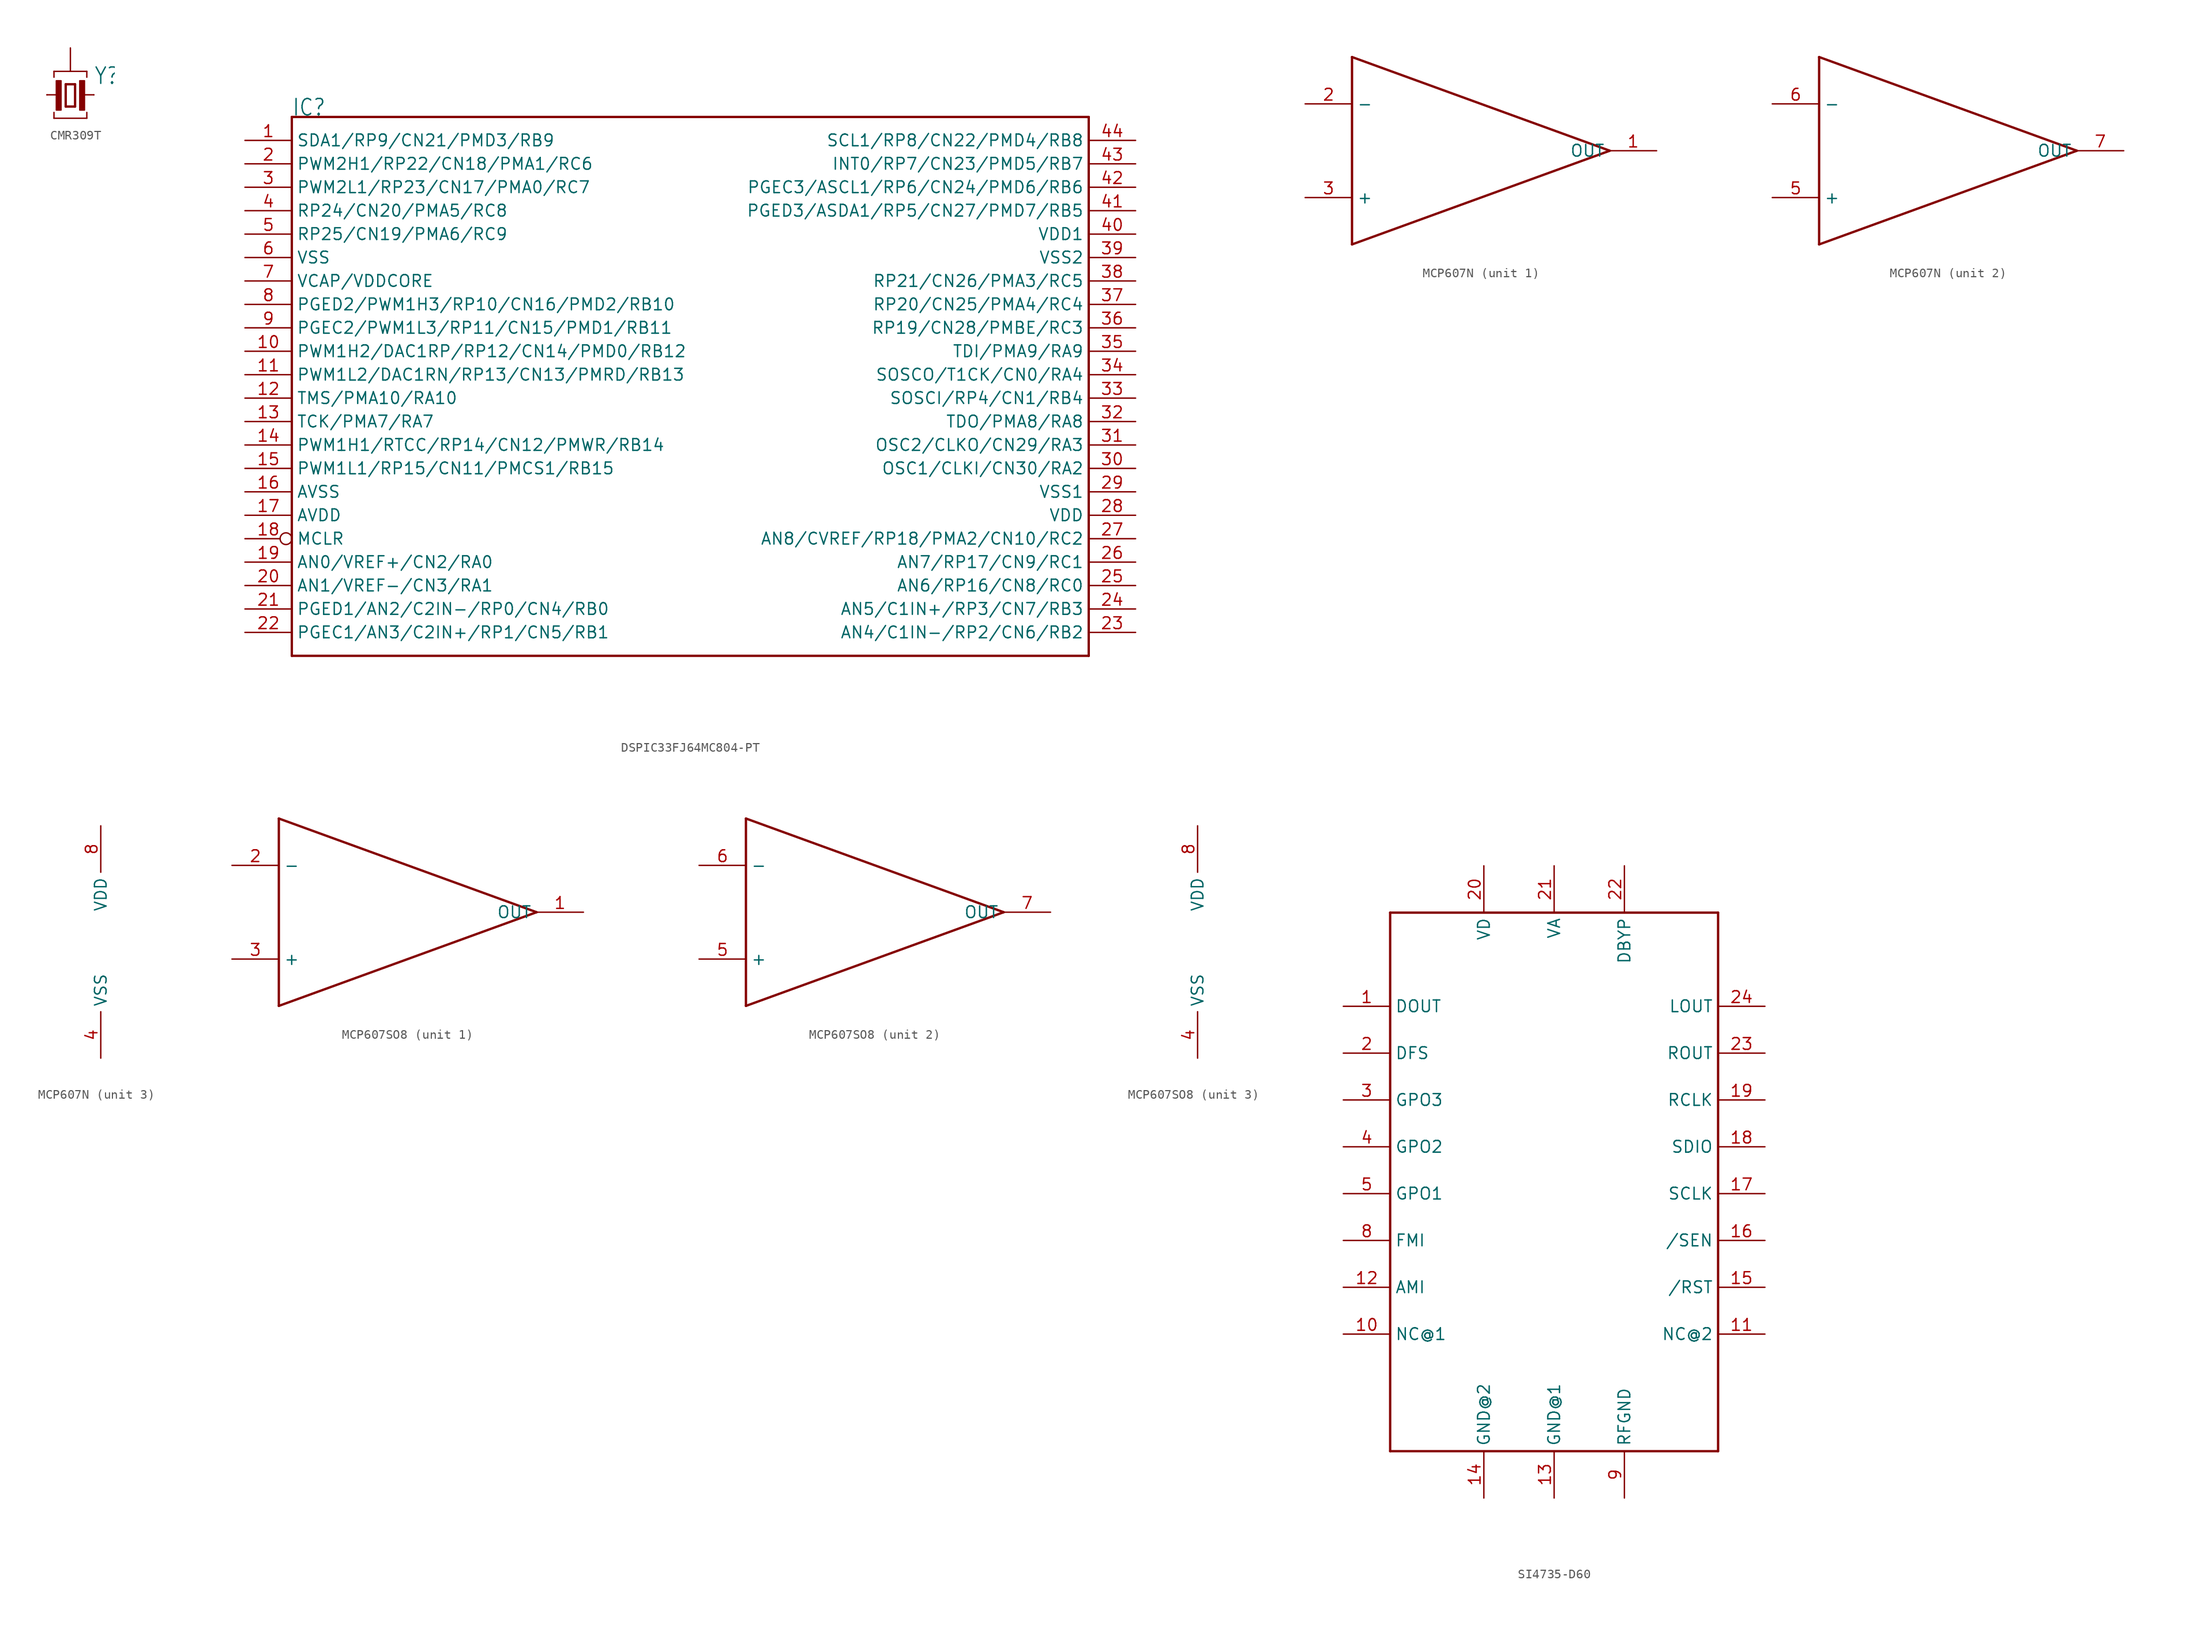
<source format=kicad_sym>
(kicad_symbol_lib
  (version 20231120)
  (generator "kicad_symbol_editor")
  (generator_version "8.0")
  (symbol "CMR309T"
    (property "Reference" "Y"
      (at 2.54 1.016 0)
      (effects (font (size 1.778 1.511)) (justify left bottom)))
    (property "Value" ""
      (at 2.54 -2.54 0)
      (effects (font (size 1.778 1.511)) (justify left bottom)))
    (property "ki_locked" ""
      (at 0 0 0)
      (effects (font (size 1.27 1.27))))
    (symbol "CMR309T_1_0"
      (rectangle (start -1.524 -1.651) (end -1.016 1.524) (stroke (width 0) (type default)) (fill (type outline)))
      (polyline (pts (xy -2.54 0) (xy -1.143 0)) (stroke (width 0.152) (type solid)) (fill (type none)))
      (polyline (pts (xy -1.778 -2.54) (xy -1.778 -1.905)) (stroke (width 0.152) (type solid)) (fill (type none)))
      (polyline (pts (xy -1.778 -2.54) (xy 1.778 -2.54)) (stroke (width 0.152) (type solid)) (fill (type none)))
      (polyline (pts (xy -1.778 1.905) (xy -1.778 2.54)) (stroke (width 0.152) (type solid)) (fill (type none)))
      (polyline (pts (xy -1.778 2.54) (xy 1.778 2.54)) (stroke (width 0.152) (type solid)) (fill (type none)))
      (polyline (pts (xy -0.508 -1.27) (xy 0.508 -1.27)) (stroke (width 0.254) (type solid)) (fill (type none)))
      (polyline (pts (xy -0.508 1.143) (xy -0.508 -1.27)) (stroke (width 0.254) (type solid)) (fill (type none)))
      (polyline (pts (xy 0.508 -1.27) (xy 0.508 1.143)) (stroke (width 0.254) (type solid)) (fill (type none)))
      (polyline (pts (xy 0.508 1.143) (xy -0.508 1.143)) (stroke (width 0.254) (type solid)) (fill (type none)))
      (polyline (pts (xy 1.143 0) (xy 2.54 0)) (stroke (width 0.152) (type solid)) (fill (type none)))
      (polyline (pts (xy 1.778 -1.905) (xy 1.778 -2.54)) (stroke (width 0.152) (type solid)) (fill (type none)))
      (polyline (pts (xy 1.778 2.54) (xy 1.778 1.905)) (stroke (width 0.152) (type solid)) (fill (type none)))
      (rectangle (start 1.016 -1.651) (end 1.524 1.524) (stroke (width 0) (type default)) (fill (type outline)))
      (pin passive line (at -2.54 0 0) (length 0) (name "1" (effects (font (size 0 0)))) (number "1" (effects (font (size 0 0)))))
      (pin passive line (at 2.54 0 180) (length 0) (name "2" (effects (font (size 0 0)))) (number "2" (effects (font (size 0 0)))))
      (pin passive line (at 0 5.08 270) (length 2.54) (name "G" (effects (font (size 0 0)))) (number "3" (effects (font (size 0 0)))))))
  (symbol "DSPIC33FJ64MC804-PT"
    (property "Reference" "IC"
      (at -45.72 27.94 0)
      (effects (font (size 1.778 1.511)) (justify left bottom)))
    (property "Value" ""
      (at -45.72 -33.02 0)
      (effects (font (size 1.778 1.511)) (justify left bottom)))
    (property "ki_locked" ""
      (at 0 0 0)
      (effects (font (size 1.27 1.27))))
    (symbol "DSPIC33FJ64MC804-PT_1_0"
      (polyline (pts (xy -45.72 -30.48) (xy -45.72 27.94)) (stroke (width 0.254) (type solid)) (fill (type none)))
      (polyline (pts (xy -45.72 27.94) (xy 40.64 27.94)) (stroke (width 0.254) (type solid)) (fill (type none)))
      (polyline (pts (xy 40.64 -30.48) (xy -45.72 -30.48)) (stroke (width 0.254) (type solid)) (fill (type none)))
      (polyline (pts (xy 40.64 27.94) (xy 40.64 -30.48)) (stroke (width 0.254) (type solid)) (fill (type none)))
      (pin bidirectional line (at -50.8 25.4 0) (length 5.08) (name "SDA1/RP9/CN21/PMD3/RB9" (effects (font (size 1.27 1.27)))) (number "1" (effects (font (size 1.27 1.27)))))
      (pin bidirectional line (at -50.8 2.54 0) (length 5.08) (name "PWM1H2/DAC1RP/RP12/CN14/PMD0/RB12" (effects (font (size 1.27 1.27)))) (number "10" (effects (font (size 1.27 1.27)))))
      (pin bidirectional line (at -50.8 0 0) (length 5.08) (name "PWM1L2/DAC1RN/RP13/CN13/PMRD/RB13" (effects (font (size 1.27 1.27)))) (number "11" (effects (font (size 1.27 1.27)))))
      (pin bidirectional line (at -50.8 -2.54 0) (length 5.08) (name "TMS/PMA10/RA10" (effects (font (size 1.27 1.27)))) (number "12" (effects (font (size 1.27 1.27)))))
      (pin bidirectional line (at -50.8 -5.08 0) (length 5.08) (name "TCK/PMA7/RA7" (effects (font (size 1.27 1.27)))) (number "13" (effects (font (size 1.27 1.27)))))
      (pin bidirectional line (at -50.8 -7.62 0) (length 5.08) (name "PWM1H1/RTCC/RP14/CN12/PMWR/RB14" (effects (font (size 1.27 1.27)))) (number "14" (effects (font (size 1.27 1.27)))))
      (pin bidirectional line (at -50.8 -10.16 0) (length 5.08) (name "PWM1L1/RP15/CN11/PMCS1/RB15" (effects (font (size 1.27 1.27)))) (number "15" (effects (font (size 1.27 1.27)))))
      (pin power_in line (at -50.8 -12.7 0) (length 5.08) (name "AVSS" (effects (font (size 1.27 1.27)))) (number "16" (effects (font (size 1.27 1.27)))))
      (pin power_in line (at -50.8 -15.24 0) (length 5.08) (name "AVDD" (effects (font (size 1.27 1.27)))) (number "17" (effects (font (size 1.27 1.27)))))
      (pin input inverted (at -50.8 -17.78 0) (length 5.08) (name "MCLR" (effects (font (size 1.27 1.27)))) (number "18" (effects (font (size 1.27 1.27)))))
      (pin bidirectional line (at -50.8 -20.32 0) (length 5.08) (name "AN0/VREF+/CN2/RA0" (effects (font (size 1.27 1.27)))) (number "19" (effects (font (size 1.27 1.27)))))
      (pin bidirectional line (at -50.8 22.86 0) (length 5.08) (name "PWM2H1/RP22/CN18/PMA1/RC6" (effects (font (size 1.27 1.27)))) (number "2" (effects (font (size 1.27 1.27)))))
      (pin bidirectional line (at -50.8 -22.86 0) (length 5.08) (name "AN1/VREF-/CN3/RA1" (effects (font (size 1.27 1.27)))) (number "20" (effects (font (size 1.27 1.27)))))
      (pin bidirectional line (at -50.8 -25.4 0) (length 5.08) (name "PGED1/AN2/C2IN-/RP0/CN4/RB0" (effects (font (size 1.27 1.27)))) (number "21" (effects (font (size 1.27 1.27)))))
      (pin bidirectional line (at -50.8 -27.94 0) (length 5.08) (name "PGEC1/AN3/C2IN+/RP1/CN5/RB1" (effects (font (size 1.27 1.27)))) (number "22" (effects (font (size 1.27 1.27)))))
      (pin bidirectional line (at 45.72 -27.94 180) (length 5.08) (name "AN4/C1IN-/RP2/CN6/RB2" (effects (font (size 1.27 1.27)))) (number "23" (effects (font (size 1.27 1.27)))))
      (pin bidirectional line (at 45.72 -25.4 180) (length 5.08) (name "AN5/C1IN+/RP3/CN7/RB3" (effects (font (size 1.27 1.27)))) (number "24" (effects (font (size 1.27 1.27)))))
      (pin bidirectional line (at 45.72 -22.86 180) (length 5.08) (name "AN6/RP16/CN8/RC0" (effects (font (size 1.27 1.27)))) (number "25" (effects (font (size 1.27 1.27)))))
      (pin bidirectional line (at 45.72 -20.32 180) (length 5.08) (name "AN7/RP17/CN9/RC1" (effects (font (size 1.27 1.27)))) (number "26" (effects (font (size 1.27 1.27)))))
      (pin bidirectional line (at 45.72 -17.78 180) (length 5.08) (name "AN8/CVREF/RP18/PMA2/CN10/RC2" (effects (font (size 1.27 1.27)))) (number "27" (effects (font (size 1.27 1.27)))))
      (pin power_in line (at 45.72 -15.24 180) (length 5.08) (name "VDD" (effects (font (size 1.27 1.27)))) (number "28" (effects (font (size 1.27 1.27)))))
      (pin power_in line (at 45.72 -12.7 180) (length 5.08) (name "VSS1" (effects (font (size 1.27 1.27)))) (number "29" (effects (font (size 1.27 1.27)))))
      (pin bidirectional line (at -50.8 20.32 0) (length 5.08) (name "PWM2L1/RP23/CN17/PMA0/RC7" (effects (font (size 1.27 1.27)))) (number "3" (effects (font (size 1.27 1.27)))))
      (pin bidirectional line (at 45.72 -10.16 180) (length 5.08) (name "OSC1/CLKI/CN30/RA2" (effects (font (size 1.27 1.27)))) (number "30" (effects (font (size 1.27 1.27)))))
      (pin bidirectional line (at 45.72 -7.62 180) (length 5.08) (name "OSC2/CLKO/CN29/RA3" (effects (font (size 1.27 1.27)))) (number "31" (effects (font (size 1.27 1.27)))))
      (pin bidirectional line (at 45.72 -5.08 180) (length 5.08) (name "TDO/PMA8/RA8" (effects (font (size 1.27 1.27)))) (number "32" (effects (font (size 1.27 1.27)))))
      (pin bidirectional line (at 45.72 -2.54 180) (length 5.08) (name "SOSCI/RP4/CN1/RB4" (effects (font (size 1.27 1.27)))) (number "33" (effects (font (size 1.27 1.27)))))
      (pin bidirectional line (at 45.72 0 180) (length 5.08) (name "SOSCO/T1CK/CN0/RA4" (effects (font (size 1.27 1.27)))) (number "34" (effects (font (size 1.27 1.27)))))
      (pin bidirectional line (at 45.72 2.54 180) (length 5.08) (name "TDI/PMA9/RA9" (effects (font (size 1.27 1.27)))) (number "35" (effects (font (size 1.27 1.27)))))
      (pin bidirectional line (at 45.72 5.08 180) (length 5.08) (name "RP19/CN28/PMBE/RC3" (effects (font (size 1.27 1.27)))) (number "36" (effects (font (size 1.27 1.27)))))
      (pin bidirectional line (at 45.72 7.62 180) (length 5.08) (name "RP20/CN25/PMA4/RC4" (effects (font (size 1.27 1.27)))) (number "37" (effects (font (size 1.27 1.27)))))
      (pin bidirectional line (at 45.72 10.16 180) (length 5.08) (name "RP21/CN26/PMA3/RC5" (effects (font (size 1.27 1.27)))) (number "38" (effects (font (size 1.27 1.27)))))
      (pin power_in line (at 45.72 12.7 180) (length 5.08) (name "VSS2" (effects (font (size 1.27 1.27)))) (number "39" (effects (font (size 1.27 1.27)))))
      (pin bidirectional line (at -50.8 17.78 0) (length 5.08) (name "RP24/CN20/PMA5/RC8" (effects (font (size 1.27 1.27)))) (number "4" (effects (font (size 1.27 1.27)))))
      (pin power_in line (at 45.72 15.24 180) (length 5.08) (name "VDD1" (effects (font (size 1.27 1.27)))) (number "40" (effects (font (size 1.27 1.27)))))
      (pin bidirectional line (at 45.72 17.78 180) (length 5.08) (name "PGED3/ASDA1/RP5/CN27/PMD7/RB5" (effects (font (size 1.27 1.27)))) (number "41" (effects (font (size 1.27 1.27)))))
      (pin bidirectional line (at 45.72 20.32 180) (length 5.08) (name "PGEC3/ASCL1/RP6/CN24/PMD6/RB6" (effects (font (size 1.27 1.27)))) (number "42" (effects (font (size 1.27 1.27)))))
      (pin bidirectional line (at 45.72 22.86 180) (length 5.08) (name "INT0/RP7/CN23/PMD5/RB7" (effects (font (size 1.27 1.27)))) (number "43" (effects (font (size 1.27 1.27)))))
      (pin bidirectional line (at 45.72 25.4 180) (length 5.08) (name "SCL1/RP8/CN22/PMD4/RB8" (effects (font (size 1.27 1.27)))) (number "44" (effects (font (size 1.27 1.27)))))
      (pin bidirectional line (at -50.8 15.24 0) (length 5.08) (name "RP25/CN19/PMA6/RC9" (effects (font (size 1.27 1.27)))) (number "5" (effects (font (size 1.27 1.27)))))
      (pin power_in line (at -50.8 12.7 0) (length 5.08) (name "VSS" (effects (font (size 1.27 1.27)))) (number "6" (effects (font (size 1.27 1.27)))))
      (pin power_in line (at -50.8 10.16 0) (length 5.08) (name "VCAP/VDDCORE" (effects (font (size 1.27 1.27)))) (number "7" (effects (font (size 1.27 1.27)))))
      (pin bidirectional line (at -50.8 7.62 0) (length 5.08) (name "PGED2/PWM1H3/RP10/CN16/PMD2/RB10" (effects (font (size 1.27 1.27)))) (number "8" (effects (font (size 1.27 1.27)))))
      (pin bidirectional line (at -50.8 5.08 0) (length 5.08) (name "PGEC2/PWM1L3/RP11/CN15/PMD1/RB11" (effects (font (size 1.27 1.27)))) (number "9" (effects (font (size 1.27 1.27)))))))
  (symbol "MCP607N"
    (property "Reference" ""
      (at -5.08 0 0)
      (effects (font (size 1.778 1.511)) (justify left bottom) (hide yes)))
    (property "ki_locked" ""
      (at 0 0 0)
      (effects (font (size 1.27 1.27))))
    (symbol "MCP607N_1_0"
      (polyline (pts (xy -17.78 -2.54) (xy 10.16 7.62)) (stroke (width 0.254) (type solid)) (fill (type none)))
      (polyline (pts (xy -17.78 17.78) (xy -17.78 -2.54)) (stroke (width 0.254) (type solid)) (fill (type none)))
      (polyline (pts (xy 10.16 7.62) (xy -17.78 17.78)) (stroke (width 0.254) (type solid)) (fill (type none)))
      (pin output line (at 15.24 7.62 180) (length 5.08) (name "OUT" (effects (font (size 1.27 1.27)))) (number "1" (effects (font (size 1.27 1.27)))))
      (pin input line (at -22.86 12.7 0) (length 5.08) (name "-" (effects (font (size 1.27 1.27)))) (number "2" (effects (font (size 1.27 1.27)))))
      (pin input line (at -22.86 2.54 0) (length 5.08) (name "+" (effects (font (size 1.27 1.27)))) (number "3" (effects (font (size 1.27 1.27))))))
    (symbol "MCP607N_2_0"
      (polyline (pts (xy -17.78 -2.54) (xy 10.16 7.62)) (stroke (width 0.254) (type solid)) (fill (type none)))
      (polyline (pts (xy -17.78 17.78) (xy -17.78 -2.54)) (stroke (width 0.254) (type solid)) (fill (type none)))
      (polyline (pts (xy 10.16 7.62) (xy -17.78 17.78)) (stroke (width 0.254) (type solid)) (fill (type none)))
      (pin input line (at -22.86 2.54 0) (length 5.08) (name "+" (effects (font (size 1.27 1.27)))) (number "5" (effects (font (size 1.27 1.27)))))
      (pin input line (at -22.86 12.7 0) (length 5.08) (name "-" (effects (font (size 1.27 1.27)))) (number "6" (effects (font (size 1.27 1.27)))))
      (pin output line (at 15.24 7.62 180) (length 5.08) (name "OUT" (effects (font (size 1.27 1.27)))) (number "7" (effects (font (size 1.27 1.27))))))
    (symbol "MCP607N_3_0"
      (pin power_in line (at 0 -12.7 90) (length 5.08) (name "VSS" (effects (font (size 1.27 1.27)))) (number "4" (effects (font (size 1.27 1.27)))))
      (pin power_in line (at 0 12.7 270) (length 5.08) (name "VDD" (effects (font (size 1.27 1.27)))) (number "8" (effects (font (size 1.27 1.27)))))))
  (symbol "MCP607SO8"
    (property "Reference" ""
      (at -5.08 0 0)
      (effects (font (size 1.778 1.511)) (justify left bottom) (hide yes)))
    (property "ki_locked" ""
      (at 0 0 0)
      (effects (font (size 1.27 1.27))))
    (symbol "MCP607SO8_1_0"
      (polyline (pts (xy -17.78 -2.54) (xy 10.16 7.62)) (stroke (width 0.254) (type solid)) (fill (type none)))
      (polyline (pts (xy -17.78 17.78) (xy -17.78 -2.54)) (stroke (width 0.254) (type solid)) (fill (type none)))
      (polyline (pts (xy 10.16 7.62) (xy -17.78 17.78)) (stroke (width 0.254) (type solid)) (fill (type none)))
      (pin output line (at 15.24 7.62 180) (length 5.08) (name "OUT" (effects (font (size 1.27 1.27)))) (number "1" (effects (font (size 1.27 1.27)))))
      (pin input line (at -22.86 12.7 0) (length 5.08) (name "-" (effects (font (size 1.27 1.27)))) (number "2" (effects (font (size 1.27 1.27)))))
      (pin input line (at -22.86 2.54 0) (length 5.08) (name "+" (effects (font (size 1.27 1.27)))) (number "3" (effects (font (size 1.27 1.27))))))
    (symbol "MCP607SO8_2_0"
      (polyline (pts (xy -17.78 -2.54) (xy 10.16 7.62)) (stroke (width 0.254) (type solid)) (fill (type none)))
      (polyline (pts (xy -17.78 17.78) (xy -17.78 -2.54)) (stroke (width 0.254) (type solid)) (fill (type none)))
      (polyline (pts (xy 10.16 7.62) (xy -17.78 17.78)) (stroke (width 0.254) (type solid)) (fill (type none)))
      (pin input line (at -22.86 2.54 0) (length 5.08) (name "+" (effects (font (size 1.27 1.27)))) (number "5" (effects (font (size 1.27 1.27)))))
      (pin input line (at -22.86 12.7 0) (length 5.08) (name "-" (effects (font (size 1.27 1.27)))) (number "6" (effects (font (size 1.27 1.27)))))
      (pin output line (at 15.24 7.62 180) (length 5.08) (name "OUT" (effects (font (size 1.27 1.27)))) (number "7" (effects (font (size 1.27 1.27))))))
    (symbol "MCP607SO8_3_0"
      (pin power_in line (at 0 -12.7 90) (length 5.08) (name "VSS" (effects (font (size 1.27 1.27)))) (number "4" (effects (font (size 1.27 1.27)))))
      (pin power_in line (at 0 12.7 270) (length 5.08) (name "VDD" (effects (font (size 1.27 1.27)))) (number "8" (effects (font (size 1.27 1.27)))))))
  (symbol "SI4735-D60"
    (property "Reference" ""
      (at 0 0 0)
      (effects (font (size 1.27 1.27)) (hide yes)))
    (property "ki_locked" ""
      (at 0 0 0)
      (effects (font (size 1.27 1.27))))
    (symbol "SI4735-D60_1_0"
      (polyline (pts (xy -5.08 -45.72) (xy -5.08 12.7)) (stroke (width 0.254) (type solid)) (fill (type none)))
      (polyline (pts (xy -5.08 12.7) (xy 30.48 12.7)) (stroke (width 0.254) (type solid)) (fill (type none)))
      (polyline (pts (xy 30.48 -45.72) (xy -5.08 -45.72)) (stroke (width 0.254) (type solid)) (fill (type none)))
      (polyline (pts (xy 30.48 12.7) (xy 30.48 -45.72)) (stroke (width 0.254) (type solid)) (fill (type none)))
      (pin output line (at -10.16 2.54 0) (length 5.08) (name "DOUT" (effects (font (size 1.27 1.27)))) (number "1" (effects (font (size 1.27 1.27)))))
      (pin power_in line (at -10.16 -33.02 0) (length 5.08) (name "NC@1" (effects (font (size 1.27 1.27)))) (number "10" (effects (font (size 1.27 1.27)))))
      (pin power_in line (at 35.56 -33.02 180) (length 5.08) (name "NC@2" (effects (font (size 1.27 1.27)))) (number "11" (effects (font (size 1.27 1.27)))))
      (pin input line (at -10.16 -27.94 0) (length 5.08) (name "AMI" (effects (font (size 1.27 1.27)))) (number "12" (effects (font (size 1.27 1.27)))))
      (pin power_in line (at 12.7 -50.8 90) (length 5.08) (name "GND@1" (effects (font (size 1.27 1.27)))) (number "13" (effects (font (size 1.27 1.27)))))
      (pin power_in line (at 5.08 -50.8 90) (length 5.08) (name "GND@2" (effects (font (size 1.27 1.27)))) (number "14" (effects (font (size 1.27 1.27)))))
      (pin input line (at 35.56 -27.94 180) (length 5.08) (name "/RST" (effects (font (size 1.27 1.27)))) (number "15" (effects (font (size 1.27 1.27)))))
      (pin input line (at 35.56 -22.86 180) (length 5.08) (name "/SEN" (effects (font (size 1.27 1.27)))) (number "16" (effects (font (size 1.27 1.27)))))
      (pin input line (at 35.56 -17.78 180) (length 5.08) (name "SCLK" (effects (font (size 1.27 1.27)))) (number "17" (effects (font (size 1.27 1.27)))))
      (pin bidirectional line (at 35.56 -12.7 180) (length 5.08) (name "SDIO" (effects (font (size 1.27 1.27)))) (number "18" (effects (font (size 1.27 1.27)))))
      (pin power_in line (at 35.56 -7.62 180) (length 5.08) (name "RCLK" (effects (font (size 1.27 1.27)))) (number "19" (effects (font (size 1.27 1.27)))))
      (pin input line (at -10.16 -2.54 0) (length 5.08) (name "DFS" (effects (font (size 1.27 1.27)))) (number "2" (effects (font (size 1.27 1.27)))))
      (pin power_in line (at 5.08 17.78 270) (length 5.08) (name "VD" (effects (font (size 1.27 1.27)))) (number "20" (effects (font (size 1.27 1.27)))))
      (pin power_in line (at 12.7 17.78 270) (length 5.08) (name "VA" (effects (font (size 1.27 1.27)))) (number "21" (effects (font (size 1.27 1.27)))))
      (pin power_in line (at 20.32 17.78 270) (length 5.08) (name "DBYP" (effects (font (size 1.27 1.27)))) (number "22" (effects (font (size 1.27 1.27)))))
      (pin power_in line (at 35.56 -2.54 180) (length 5.08) (name "ROUT" (effects (font (size 1.27 1.27)))) (number "23" (effects (font (size 1.27 1.27)))))
      (pin power_in line (at 35.56 2.54 180) (length 5.08) (name "LOUT" (effects (font (size 1.27 1.27)))) (number "24" (effects (font (size 1.27 1.27)))))
      (pin power_in line (at -10.16 -7.62 0) (length 5.08) (name "GPO3" (effects (font (size 1.27 1.27)))) (number "3" (effects (font (size 1.27 1.27)))))
      (pin power_in line (at -10.16 -12.7 0) (length 5.08) (name "GPO2" (effects (font (size 1.27 1.27)))) (number "4" (effects (font (size 1.27 1.27)))))
      (pin power_in line (at -10.16 -17.78 0) (length 5.08) (name "GPO1" (effects (font (size 1.27 1.27)))) (number "5" (effects (font (size 1.27 1.27)))))
      (pin input line (at -10.16 -22.86 0) (length 5.08) (name "FMI" (effects (font (size 1.27 1.27)))) (number "8" (effects (font (size 1.27 1.27)))))
      (pin power_in line (at 20.32 -50.8 90) (length 5.08) (name "RFGND" (effects (font (size 1.27 1.27)))) (number "9" (effects (font (size 1.27 1.27))))))))
</source>
